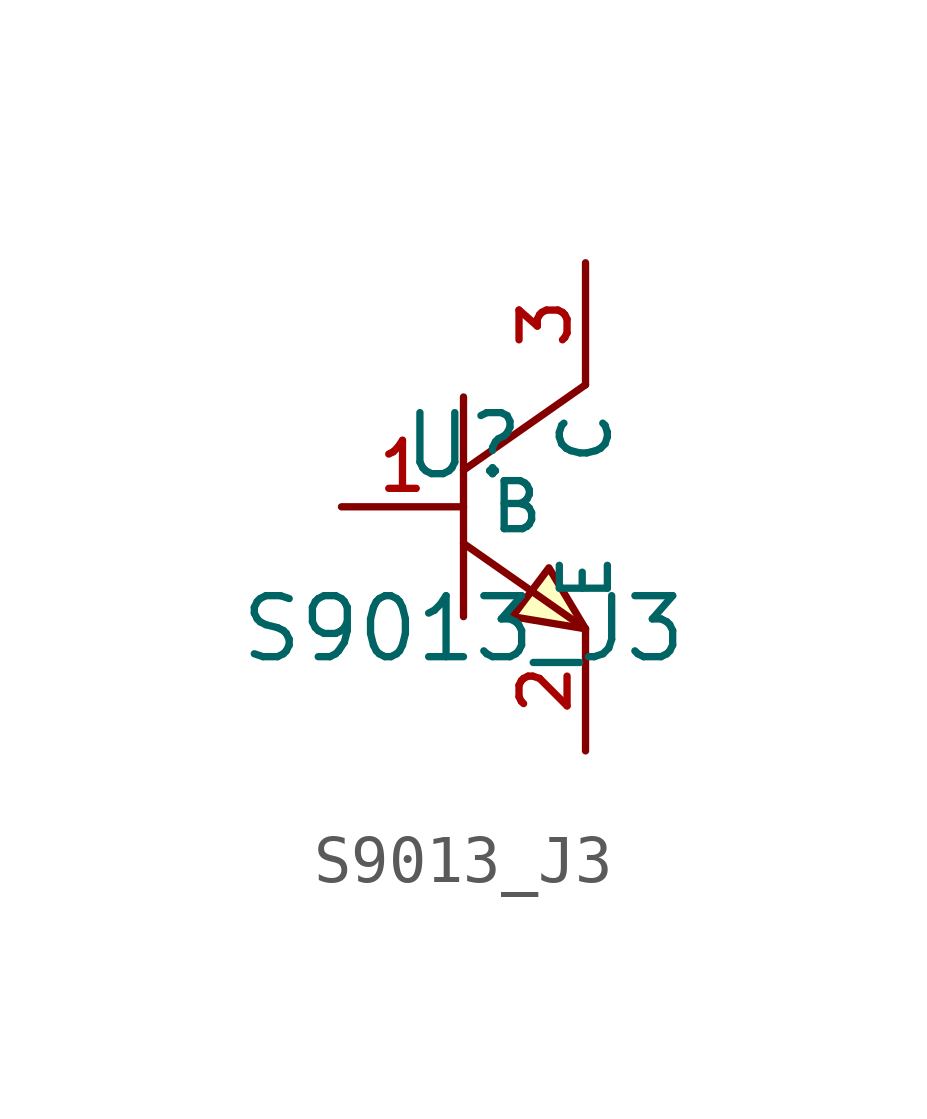
<source format=kicad_sym>
(kicad_symbol_lib
  (version 20210201)
  (generator TousstNicolas/JLC2KiCad_lib)
  (symbol "S9013_J3"
    (property "Reference" "U"
      (at 0 1.27 0)
      (effects (font (size 1.27 1.27))))
    (property "Value" "S9013_J3"
      (at 0 -2.54 0)
      (effects (font (size 1.27 1.27))))
    (symbol "S9013_J3_0_1"
      (pin unspecified line (at 2.54 5.08 270) (length 2.54) (name "C" (effects (font (size 1 1)))) (number "3" (effects (font (size 1 1)))))
      (pin unspecified line (at -2.54 -0.0 0) (length 2.54) (name "B" (effects (font (size 1 1)))) (number "1" (effects (font (size 1 1)))))
      (pin unspecified line (at 2.54 -5.08 90) (length 2.54) (name "E" (effects (font (size 1 1)))) (number "2" (effects (font (size 1 1)))))
      (polyline (pts (xy 2.54 2.54) (xy 0.0 0.762)) (stroke (width 0) (type default) (color 0 0 0 0)) (fill (type none)))
      (polyline (pts (xy 0.0 -0.762) (xy 2.54 -2.54)) (stroke (width 0) (type default) (color 0 0 0 0)) (fill (type none)))
      (polyline (pts (xy 0.0 2.286) (xy 0.0 -2.286)) (stroke (width 0) (type default) (color 0 0 0 0)) (fill (type none)))
      (polyline (pts (xy 2.54 -2.54) (xy 1.778 -1.27) (xy 1.016 -2.286) (xy 2.54 -2.54)) (stroke (width 0) (type default) (color 0 0 0 0)) (fill (type background))))))
</source>
